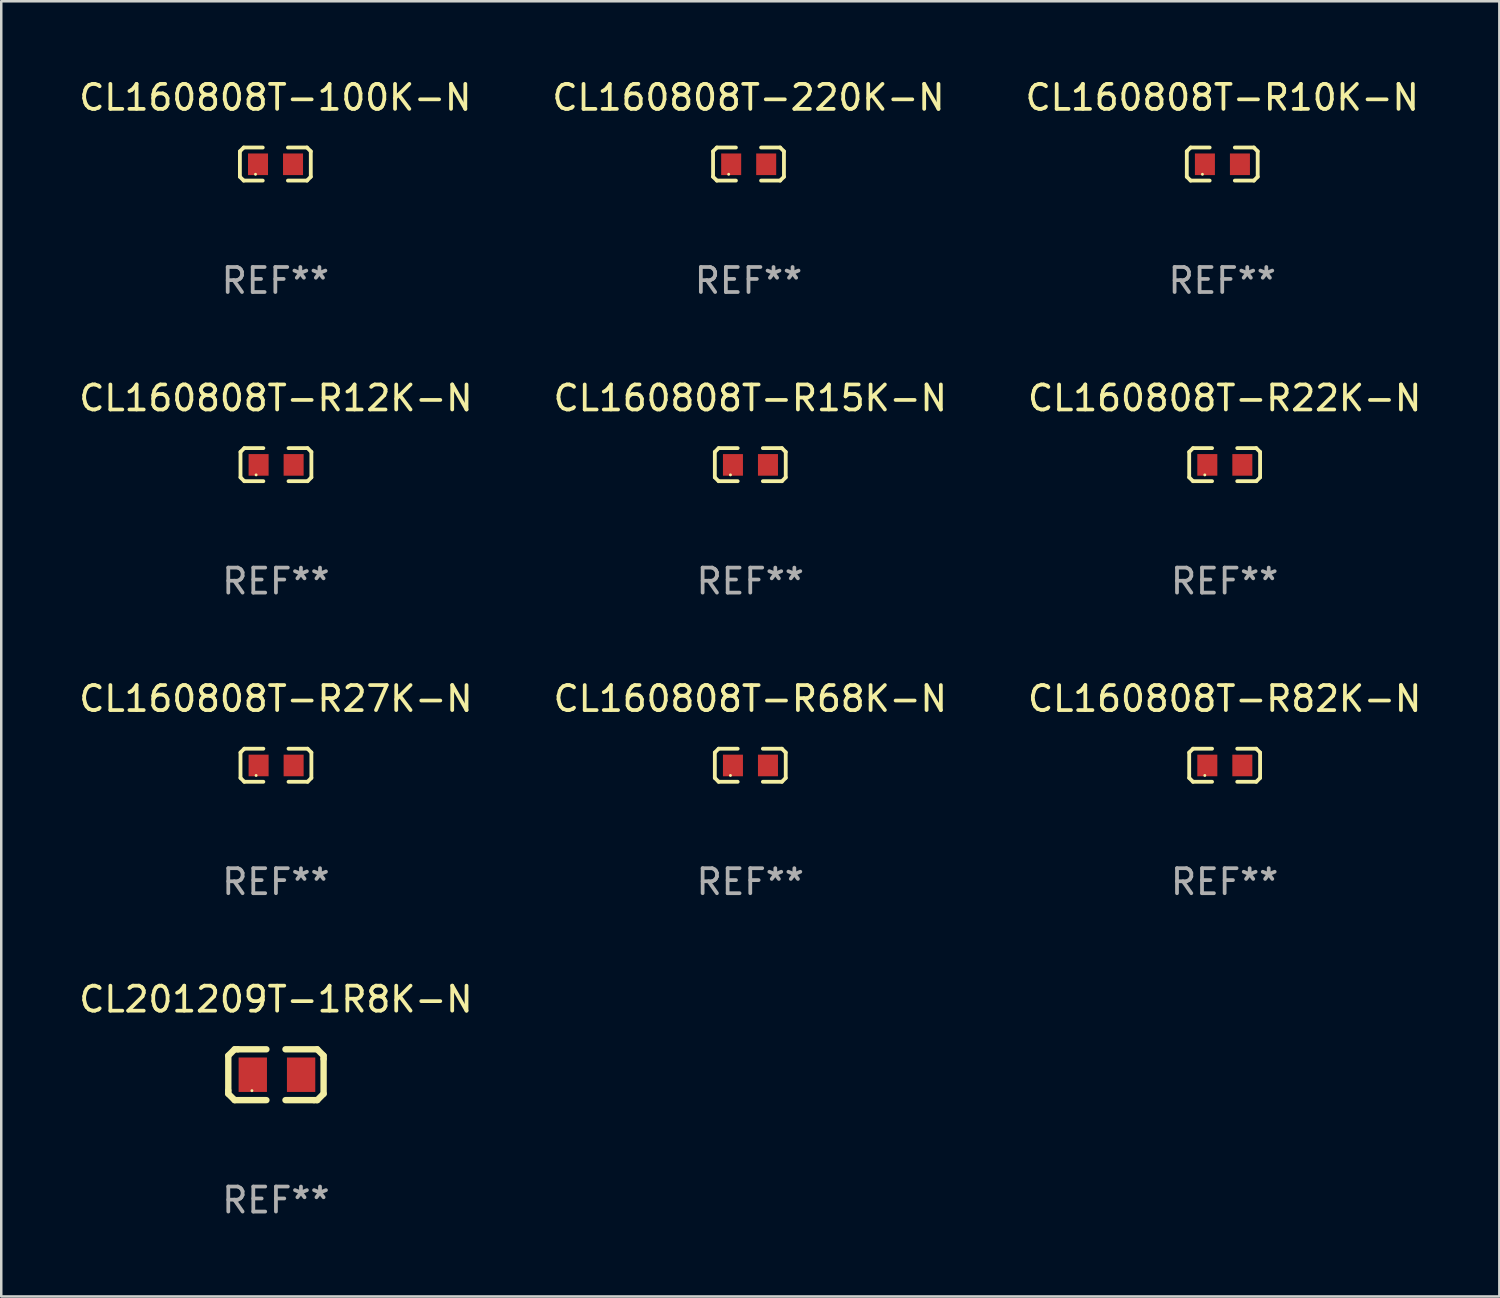
<source format=kicad_pcb>
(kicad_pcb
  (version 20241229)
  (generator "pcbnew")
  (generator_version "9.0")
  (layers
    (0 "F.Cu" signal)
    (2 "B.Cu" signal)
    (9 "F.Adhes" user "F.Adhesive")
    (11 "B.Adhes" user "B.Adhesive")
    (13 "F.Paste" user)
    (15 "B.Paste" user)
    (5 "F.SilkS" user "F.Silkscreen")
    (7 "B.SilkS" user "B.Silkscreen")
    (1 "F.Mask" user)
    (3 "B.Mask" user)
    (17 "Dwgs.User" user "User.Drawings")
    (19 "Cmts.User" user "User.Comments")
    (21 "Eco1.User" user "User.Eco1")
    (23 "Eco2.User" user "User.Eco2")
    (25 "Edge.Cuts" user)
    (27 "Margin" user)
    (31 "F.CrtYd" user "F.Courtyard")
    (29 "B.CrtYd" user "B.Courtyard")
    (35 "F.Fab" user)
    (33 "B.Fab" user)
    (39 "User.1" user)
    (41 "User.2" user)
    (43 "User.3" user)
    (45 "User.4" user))
  (footprint "CL160808T-R12K-N"
    (layer "F.Cu")
    (at 7.982 15.527)
    (property "Reference" "CL160808T-R12K-N" (at 0 -2.661 0) (layer "F.SilkS") (effects (font (size 1 1) (thickness 0.15))))
    (attr through_hole)
    (fp_line (start -1.417 -0.508) (end -1.265 -0.661) (stroke (width 0.152) (type solid)) (layer "F.SilkS"))
    (fp_line (start -1.417 0.508) (end -1.417 -0.508) (stroke (width 0.152) (type solid)) (layer "F.SilkS"))
    (fp_line (start -1.265 -0.661) (end -0.503 -0.661) (stroke (width 0.152) (type solid)) (layer "F.SilkS"))
    (fp_line (start -1.265 0.661) (end -1.417 0.508) (stroke (width 0.152) (type solid)) (layer "F.SilkS"))
    (fp_line (start -1.265 0.661) (end -0.503 0.661) (stroke (width 0.152) (type solid)) (layer "F.SilkS"))
    (fp_line (start 1.265 -0.661) (end 0.503 -0.661) (stroke (width 0.152) (type solid)) (layer "F.SilkS"))
    (fp_line (start 1.265 -0.661) (end 1.417 -0.508) (stroke (width 0.152) (type solid)) (layer "F.SilkS"))
    (fp_line (start 1.265 0.661) (end 0.503 0.661) (stroke (width 0.152) (type solid)) (layer "F.SilkS"))
    (fp_line (start 1.417 -0.508) (end 1.417 0.508) (stroke (width 0.152) (type solid)) (layer "F.SilkS"))
    (fp_line (start 1.417 0.508) (end 1.265 0.661) (stroke (width 0.152) (type solid)) (layer "F.SilkS"))
    (fp_circle (center -0.793 0.409) (end -0.763 0.409) (stroke (width 0.06) (type solid)) (fill no) (layer "F.SilkS"))
    (fp_text user "REF**" (at 0 4.661 0) (layer "F.Fab") (effects (font (size 1 1) (thickness 0.15))))
    (pad "1" smd rect (at -0.693 0.009 180) (size 0.8 0.864) (layers "F.Cu" "F.Mask" "F.Paste"))
    (pad "2" smd rect (at 0.707 0.009 180) (size 0.8 0.864) (layers "F.Cu" "F.Mask" "F.Paste")))
  (footprint "CL160808T-R22K-N"
    (layer "F.Cu")
    (at 45.911 15.527)
    (property "Reference" "CL160808T-R22K-N" (at 0 -2.661 0) (layer "F.SilkS") (effects (font (size 1 1) (thickness 0.15))))
    (attr through_hole)
    (fp_line (start -1.417 -0.508) (end -1.265 -0.661) (stroke (width 0.152) (type solid)) (layer "F.SilkS"))
    (fp_line (start -1.417 0.508) (end -1.417 -0.508) (stroke (width 0.152) (type solid)) (layer "F.SilkS"))
    (fp_line (start -1.265 -0.661) (end -0.503 -0.661) (stroke (width 0.152) (type solid)) (layer "F.SilkS"))
    (fp_line (start -1.265 0.661) (end -1.417 0.508) (stroke (width 0.152) (type solid)) (layer "F.SilkS"))
    (fp_line (start -1.265 0.661) (end -0.503 0.661) (stroke (width 0.152) (type solid)) (layer "F.SilkS"))
    (fp_line (start 1.265 -0.661) (end 0.503 -0.661) (stroke (width 0.152) (type solid)) (layer "F.SilkS"))
    (fp_line (start 1.265 -0.661) (end 1.417 -0.508) (stroke (width 0.152) (type solid)) (layer "F.SilkS"))
    (fp_line (start 1.265 0.661) (end 0.503 0.661) (stroke (width 0.152) (type solid)) (layer "F.SilkS"))
    (fp_line (start 1.417 -0.508) (end 1.417 0.508) (stroke (width 0.152) (type solid)) (layer "F.SilkS"))
    (fp_line (start 1.417 0.508) (end 1.265 0.661) (stroke (width 0.152) (type solid)) (layer "F.SilkS"))
    (fp_circle (center -0.793 0.409) (end -0.763 0.409) (stroke (width 0.06) (type solid)) (fill no) (layer "F.SilkS"))
    (fp_text user "REF**" (at 0 4.661 0) (layer "F.Fab") (effects (font (size 1 1) (thickness 0.15))))
    (pad "1" smd rect (at -0.693 0.009 180) (size 0.8 0.864) (layers "F.Cu" "F.Mask" "F.Paste"))
    (pad "2" smd rect (at 0.707 0.009 180) (size 0.8 0.864) (layers "F.Cu" "F.Mask" "F.Paste")))
  (footprint "CL201209T-1R8K-N"
    (layer "F.Cu")
    (at 7.982 39.917)
    (property "Reference" "CL201209T-1R8K-N" (at 0 -3.016 0) (layer "F.SilkS") (effects (font (size 1 1) (thickness 0.15))))
    (attr through_hole)
    (fp_line (start -1.905 -0.762) (end -1.905 0.635) (stroke (width 0.254) (type solid)) (layer "F.SilkS"))
    (fp_line (start -1.905 0.635) (end -1.905 0.762) (stroke (width 0.254) (type solid)) (layer "F.SilkS"))
    (fp_line (start -1.905 0.762) (end -1.651 1.016) (stroke (width 0.254) (type solid)) (layer "F.SilkS"))
    (fp_line (start -1.651 -1.016) (end -1.905 -0.762) (stroke (width 0.254) (type solid)) (layer "F.SilkS"))
    (fp_line (start -1.651 1.016) (end -0.381 1.016) (stroke (width 0.254) (type solid)) (layer "F.SilkS"))
    (fp_line (start -1.524 -1.016) (end -1.651 -1.016) (stroke (width 0.254) (type solid)) (layer "F.SilkS"))
    (fp_line (start -0.381 -1.016) (end -1.524 -1.016) (stroke (width 0.254) (type solid)) (layer "F.SilkS"))
    (fp_line (start 0.381 1.016) (end 1.524 1.016) (stroke (width 0.254) (type solid)) (layer "F.SilkS"))
    (fp_line (start 1.524 1.016) (end 1.651 1.016) (stroke (width 0.254) (type solid)) (layer "F.SilkS"))
    (fp_line (start 1.651 -1.016) (end 0.381 -1.016) (stroke (width 0.254) (type solid)) (layer "F.SilkS"))
    (fp_line (start 1.651 1.016) (end 1.905 0.762) (stroke (width 0.254) (type solid)) (layer "F.SilkS"))
    (fp_line (start 1.905 -0.762) (end 1.651 -1.016) (stroke (width 0.254) (type solid)) (layer "F.SilkS"))
    (fp_line (start 1.905 -0.635) (end 1.905 -0.762) (stroke (width 0.254) (type solid)) (layer "F.SilkS"))
    (fp_line (start 1.905 0.762) (end 1.905 -0.635) (stroke (width 0.254) (type solid)) (layer "F.SilkS"))
    (fp_circle (center -0.96 0.637) (end -0.93 0.637) (stroke (width 0.06) (type solid)) (fill no) (layer "F.SilkS"))
    (fp_text user "REF**" (at 0 5.016 0) (layer "F.Fab") (effects (font (size 1 1) (thickness 0.15))))
    (pad "1" smd rect (at -0.926 -0.000051) (size 1.133 1.377) (layers "F.Cu" "F.Mask" "F.Paste"))
    (pad "2" smd rect (at 1.006 -0.000051) (size 1.133 1.377) (layers "F.Cu" "F.Mask" "F.Paste")))
  (footprint "CL160808T-R68K-N"
    (layer "F.Cu")
    (at 26.946 27.544)
    (property "Reference" "CL160808T-R68K-N" (at 0 -2.661 0) (layer "F.SilkS") (effects (font (size 1 1) (thickness 0.15))))
    (attr through_hole)
    (fp_line (start -1.417 -0.508) (end -1.265 -0.661) (stroke (width 0.152) (type solid)) (layer "F.SilkS"))
    (fp_line (start -1.417 0.508) (end -1.417 -0.508) (stroke (width 0.152) (type solid)) (layer "F.SilkS"))
    (fp_line (start -1.265 -0.661) (end -0.503 -0.661) (stroke (width 0.152) (type solid)) (layer "F.SilkS"))
    (fp_line (start -1.265 0.661) (end -1.417 0.508) (stroke (width 0.152) (type solid)) (layer "F.SilkS"))
    (fp_line (start -1.265 0.661) (end -0.503 0.661) (stroke (width 0.152) (type solid)) (layer "F.SilkS"))
    (fp_line (start 1.265 -0.661) (end 0.503 -0.661) (stroke (width 0.152) (type solid)) (layer "F.SilkS"))
    (fp_line (start 1.265 -0.661) (end 1.417 -0.508) (stroke (width 0.152) (type solid)) (layer "F.SilkS"))
    (fp_line (start 1.265 0.661) (end 0.503 0.661) (stroke (width 0.152) (type solid)) (layer "F.SilkS"))
    (fp_line (start 1.417 -0.508) (end 1.417 0.508) (stroke (width 0.152) (type solid)) (layer "F.SilkS"))
    (fp_line (start 1.417 0.508) (end 1.265 0.661) (stroke (width 0.152) (type solid)) (layer "F.SilkS"))
    (fp_circle (center -0.793 0.409) (end -0.763 0.409) (stroke (width 0.06) (type solid)) (fill no) (layer "F.SilkS"))
    (fp_text user "REF**" (at 0 4.661 0) (layer "F.Fab") (effects (font (size 1 1) (thickness 0.15))))
    (pad "1" smd rect (at -0.693 0.009 180) (size 0.8 0.864) (layers "F.Cu" "F.Mask" "F.Paste"))
    (pad "2" smd rect (at 0.707 0.009 180) (size 0.8 0.864) (layers "F.Cu" "F.Mask" "F.Paste")))
  (footprint "CL160808T-R10K-N"
    (layer "F.Cu")
    (at 45.815 3.509)
    (property "Reference" "CL160808T-R10K-N" (at 0 -2.661 0) (layer "F.SilkS") (effects (font (size 1 1) (thickness 0.15))))
    (attr through_hole)
    (fp_line (start -1.417 -0.508) (end -1.265 -0.661) (stroke (width 0.152) (type solid)) (layer "F.SilkS"))
    (fp_line (start -1.417 0.508) (end -1.417 -0.508) (stroke (width 0.152) (type solid)) (layer "F.SilkS"))
    (fp_line (start -1.265 -0.661) (end -0.503 -0.661) (stroke (width 0.152) (type solid)) (layer "F.SilkS"))
    (fp_line (start -1.265 0.661) (end -1.417 0.508) (stroke (width 0.152) (type solid)) (layer "F.SilkS"))
    (fp_line (start -1.265 0.661) (end -0.503 0.661) (stroke (width 0.152) (type solid)) (layer "F.SilkS"))
    (fp_line (start 1.265 -0.661) (end 0.503 -0.661) (stroke (width 0.152) (type solid)) (layer "F.SilkS"))
    (fp_line (start 1.265 -0.661) (end 1.417 -0.508) (stroke (width 0.152) (type solid)) (layer "F.SilkS"))
    (fp_line (start 1.265 0.661) (end 0.503 0.661) (stroke (width 0.152) (type solid)) (layer "F.SilkS"))
    (fp_line (start 1.417 -0.508) (end 1.417 0.508) (stroke (width 0.152) (type solid)) (layer "F.SilkS"))
    (fp_line (start 1.417 0.508) (end 1.265 0.661) (stroke (width 0.152) (type solid)) (layer "F.SilkS"))
    (fp_circle (center -0.793 0.409) (end -0.763 0.409) (stroke (width 0.06) (type solid)) (fill no) (layer "F.SilkS"))
    (fp_text user "REF**" (at 0 4.661 0) (layer "F.Fab") (effects (font (size 1 1) (thickness 0.15))))
    (pad "1" smd rect (at -0.693 0.009 180) (size 0.8 0.864) (layers "F.Cu" "F.Mask" "F.Paste"))
    (pad "2" smd rect (at 0.707 0.009 180) (size 0.8 0.864) (layers "F.Cu" "F.Mask" "F.Paste")))
  (footprint "CL160808T-220K-N"
    (layer "F.Cu")
    (at 26.875 3.509)
    (property "Reference" "CL160808T-220K-N" (at 0 -2.661 0) (layer "F.SilkS") (effects (font (size 1 1) (thickness 0.15))))
    (attr through_hole)
    (fp_line (start -1.417 -0.508) (end -1.265 -0.661) (stroke (width 0.152) (type solid)) (layer "F.SilkS"))
    (fp_line (start -1.417 0.508) (end -1.417 -0.508) (stroke (width 0.152) (type solid)) (layer "F.SilkS"))
    (fp_line (start -1.265 -0.661) (end -0.503 -0.661) (stroke (width 0.152) (type solid)) (layer "F.SilkS"))
    (fp_line (start -1.265 0.661) (end -1.417 0.508) (stroke (width 0.152) (type solid)) (layer "F.SilkS"))
    (fp_line (start -1.265 0.661) (end -0.503 0.661) (stroke (width 0.152) (type solid)) (layer "F.SilkS"))
    (fp_line (start 1.265 -0.661) (end 0.503 -0.661) (stroke (width 0.152) (type solid)) (layer "F.SilkS"))
    (fp_line (start 1.265 -0.661) (end 1.417 -0.508) (stroke (width 0.152) (type solid)) (layer "F.SilkS"))
    (fp_line (start 1.265 0.661) (end 0.503 0.661) (stroke (width 0.152) (type solid)) (layer "F.SilkS"))
    (fp_line (start 1.417 -0.508) (end 1.417 0.508) (stroke (width 0.152) (type solid)) (layer "F.SilkS"))
    (fp_line (start 1.417 0.508) (end 1.265 0.661) (stroke (width 0.152) (type solid)) (layer "F.SilkS"))
    (fp_circle (center -0.793 0.409) (end -0.763 0.409) (stroke (width 0.06) (type solid)) (fill no) (layer "F.SilkS"))
    (fp_text user "REF**" (at 0 4.661 0) (layer "F.Fab") (effects (font (size 1 1) (thickness 0.15))))
    (pad "1" smd rect (at -0.693 0.009 180) (size 0.8 0.864) (layers "F.Cu" "F.Mask" "F.Paste"))
    (pad "2" smd rect (at 0.707 0.009 180) (size 0.8 0.864) (layers "F.Cu" "F.Mask" "F.Paste")))
  (footprint "CL160808T-100K-N"
    (layer "F.Cu")
    (at 7.958 3.509)
    (property "Reference" "CL160808T-100K-N" (at 0 -2.661 0) (layer "F.SilkS") (effects (font (size 1 1) (thickness 0.15))))
    (attr through_hole)
    (fp_line (start -1.417 -0.508) (end -1.265 -0.661) (stroke (width 0.152) (type solid)) (layer "F.SilkS"))
    (fp_line (start -1.417 0.508) (end -1.417 -0.508) (stroke (width 0.152) (type solid)) (layer "F.SilkS"))
    (fp_line (start -1.265 -0.661) (end -0.503 -0.661) (stroke (width 0.152) (type solid)) (layer "F.SilkS"))
    (fp_line (start -1.265 0.661) (end -1.417 0.508) (stroke (width 0.152) (type solid)) (layer "F.SilkS"))
    (fp_line (start -1.265 0.661) (end -0.503 0.661) (stroke (width 0.152) (type solid)) (layer "F.SilkS"))
    (fp_line (start 1.265 -0.661) (end 0.503 -0.661) (stroke (width 0.152) (type solid)) (layer "F.SilkS"))
    (fp_line (start 1.265 -0.661) (end 1.417 -0.508) (stroke (width 0.152) (type solid)) (layer "F.SilkS"))
    (fp_line (start 1.265 0.661) (end 0.503 0.661) (stroke (width 0.152) (type solid)) (layer "F.SilkS"))
    (fp_line (start 1.417 -0.508) (end 1.417 0.508) (stroke (width 0.152) (type solid)) (layer "F.SilkS"))
    (fp_line (start 1.417 0.508) (end 1.265 0.661) (stroke (width 0.152) (type solid)) (layer "F.SilkS"))
    (fp_circle (center -0.793 0.409) (end -0.763 0.409) (stroke (width 0.06) (type solid)) (fill no) (layer "F.SilkS"))
    (fp_text user "REF**" (at 0 4.661 0) (layer "F.Fab") (effects (font (size 1 1) (thickness 0.15))))
    (pad "1" smd rect (at -0.693 0.009 180) (size 0.8 0.864) (layers "F.Cu" "F.Mask" "F.Paste"))
    (pad "2" smd rect (at 0.707 0.009 180) (size 0.8 0.864) (layers "F.Cu" "F.Mask" "F.Paste")))
  (footprint "CL160808T-R15K-N"
    (layer "F.Cu")
    (at 26.946 15.527)
    (property "Reference" "CL160808T-R15K-N" (at 0 -2.661 0) (layer "F.SilkS") (effects (font (size 1 1) (thickness 0.15))))
    (attr through_hole)
    (fp_line (start -1.417 -0.508) (end -1.265 -0.661) (stroke (width 0.152) (type solid)) (layer "F.SilkS"))
    (fp_line (start -1.417 0.508) (end -1.417 -0.508) (stroke (width 0.152) (type solid)) (layer "F.SilkS"))
    (fp_line (start -1.265 -0.661) (end -0.503 -0.661) (stroke (width 0.152) (type solid)) (layer "F.SilkS"))
    (fp_line (start -1.265 0.661) (end -1.417 0.508) (stroke (width 0.152) (type solid)) (layer "F.SilkS"))
    (fp_line (start -1.265 0.661) (end -0.503 0.661) (stroke (width 0.152) (type solid)) (layer "F.SilkS"))
    (fp_line (start 1.265 -0.661) (end 0.503 -0.661) (stroke (width 0.152) (type solid)) (layer "F.SilkS"))
    (fp_line (start 1.265 -0.661) (end 1.417 -0.508) (stroke (width 0.152) (type solid)) (layer "F.SilkS"))
    (fp_line (start 1.265 0.661) (end 0.503 0.661) (stroke (width 0.152) (type solid)) (layer "F.SilkS"))
    (fp_line (start 1.417 -0.508) (end 1.417 0.508) (stroke (width 0.152) (type solid)) (layer "F.SilkS"))
    (fp_line (start 1.417 0.508) (end 1.265 0.661) (stroke (width 0.152) (type solid)) (layer "F.SilkS"))
    (fp_circle (center -0.793 0.409) (end -0.763 0.409) (stroke (width 0.06) (type solid)) (fill no) (layer "F.SilkS"))
    (fp_text user "REF**" (at 0 4.661 0) (layer "F.Fab") (effects (font (size 1 1) (thickness 0.15))))
    (pad "1" smd rect (at -0.693 0.009 180) (size 0.8 0.864) (layers "F.Cu" "F.Mask" "F.Paste"))
    (pad "2" smd rect (at 0.707 0.009 180) (size 0.8 0.864) (layers "F.Cu" "F.Mask" "F.Paste")))
  (footprint "CL160808T-R27K-N"
    (layer "F.Cu")
    (at 7.982 27.544)
    (property "Reference" "CL160808T-R27K-N" (at 0 -2.661 0) (layer "F.SilkS") (effects (font (size 1 1) (thickness 0.15))))
    (attr through_hole)
    (fp_line (start -1.417 -0.508) (end -1.265 -0.661) (stroke (width 0.152) (type solid)) (layer "F.SilkS"))
    (fp_line (start -1.417 0.508) (end -1.417 -0.508) (stroke (width 0.152) (type solid)) (layer "F.SilkS"))
    (fp_line (start -1.265 -0.661) (end -0.503 -0.661) (stroke (width 0.152) (type solid)) (layer "F.SilkS"))
    (fp_line (start -1.265 0.661) (end -1.417 0.508) (stroke (width 0.152) (type solid)) (layer "F.SilkS"))
    (fp_line (start -1.265 0.661) (end -0.503 0.661) (stroke (width 0.152) (type solid)) (layer "F.SilkS"))
    (fp_line (start 1.265 -0.661) (end 0.503 -0.661) (stroke (width 0.152) (type solid)) (layer "F.SilkS"))
    (fp_line (start 1.265 -0.661) (end 1.417 -0.508) (stroke (width 0.152) (type solid)) (layer "F.SilkS"))
    (fp_line (start 1.265 0.661) (end 0.503 0.661) (stroke (width 0.152) (type solid)) (layer "F.SilkS"))
    (fp_line (start 1.417 -0.508) (end 1.417 0.508) (stroke (width 0.152) (type solid)) (layer "F.SilkS"))
    (fp_line (start 1.417 0.508) (end 1.265 0.661) (stroke (width 0.152) (type solid)) (layer "F.SilkS"))
    (fp_circle (center -0.793 0.409) (end -0.763 0.409) (stroke (width 0.06) (type solid)) (fill no) (layer "F.SilkS"))
    (fp_text user "REF**" (at 0 4.661 0) (layer "F.Fab") (effects (font (size 1 1) (thickness 0.15))))
    (pad "1" smd rect (at -0.693 0.009 180) (size 0.8 0.864) (layers "F.Cu" "F.Mask" "F.Paste"))
    (pad "2" smd rect (at 0.707 0.009 180) (size 0.8 0.864) (layers "F.Cu" "F.Mask" "F.Paste")))
  (footprint "CL160808T-R82K-N"
    (layer "F.Cu")
    (at 45.911 27.544)
    (property "Reference" "CL160808T-R82K-N" (at 0 -2.661 0) (layer "F.SilkS") (effects (font (size 1 1) (thickness 0.15))))
    (attr through_hole)
    (fp_line (start -1.417 -0.508) (end -1.265 -0.661) (stroke (width 0.152) (type solid)) (layer "F.SilkS"))
    (fp_line (start -1.417 0.508) (end -1.417 -0.508) (stroke (width 0.152) (type solid)) (layer "F.SilkS"))
    (fp_line (start -1.265 -0.661) (end -0.503 -0.661) (stroke (width 0.152) (type solid)) (layer "F.SilkS"))
    (fp_line (start -1.265 0.661) (end -1.417 0.508) (stroke (width 0.152) (type solid)) (layer "F.SilkS"))
    (fp_line (start -1.265 0.661) (end -0.503 0.661) (stroke (width 0.152) (type solid)) (layer "F.SilkS"))
    (fp_line (start 1.265 -0.661) (end 0.503 -0.661) (stroke (width 0.152) (type solid)) (layer "F.SilkS"))
    (fp_line (start 1.265 -0.661) (end 1.417 -0.508) (stroke (width 0.152) (type solid)) (layer "F.SilkS"))
    (fp_line (start 1.265 0.661) (end 0.503 0.661) (stroke (width 0.152) (type solid)) (layer "F.SilkS"))
    (fp_line (start 1.417 -0.508) (end 1.417 0.508) (stroke (width 0.152) (type solid)) (layer "F.SilkS"))
    (fp_line (start 1.417 0.508) (end 1.265 0.661) (stroke (width 0.152) (type solid)) (layer "F.SilkS"))
    (fp_circle (center -0.793 0.409) (end -0.763 0.409) (stroke (width 0.06) (type solid)) (fill no) (layer "F.SilkS"))
    (fp_text user "REF**" (at 0 4.661 0) (layer "F.Fab") (effects (font (size 1 1) (thickness 0.15))))
    (pad "1" smd rect (at -0.693 0.009 180) (size 0.8 0.864) (layers "F.Cu" "F.Mask" "F.Paste"))
    (pad "2" smd rect (at 0.707 0.009 180) (size 0.8 0.864) (layers "F.Cu" "F.Mask" "F.Paste")))
  (gr_rect
    (start -3 -3)
    (end 56.893 48.782)
    (stroke (width 0.1) (type default))
    (fill no)
    (layer "Edge.Cuts")))
</source>
